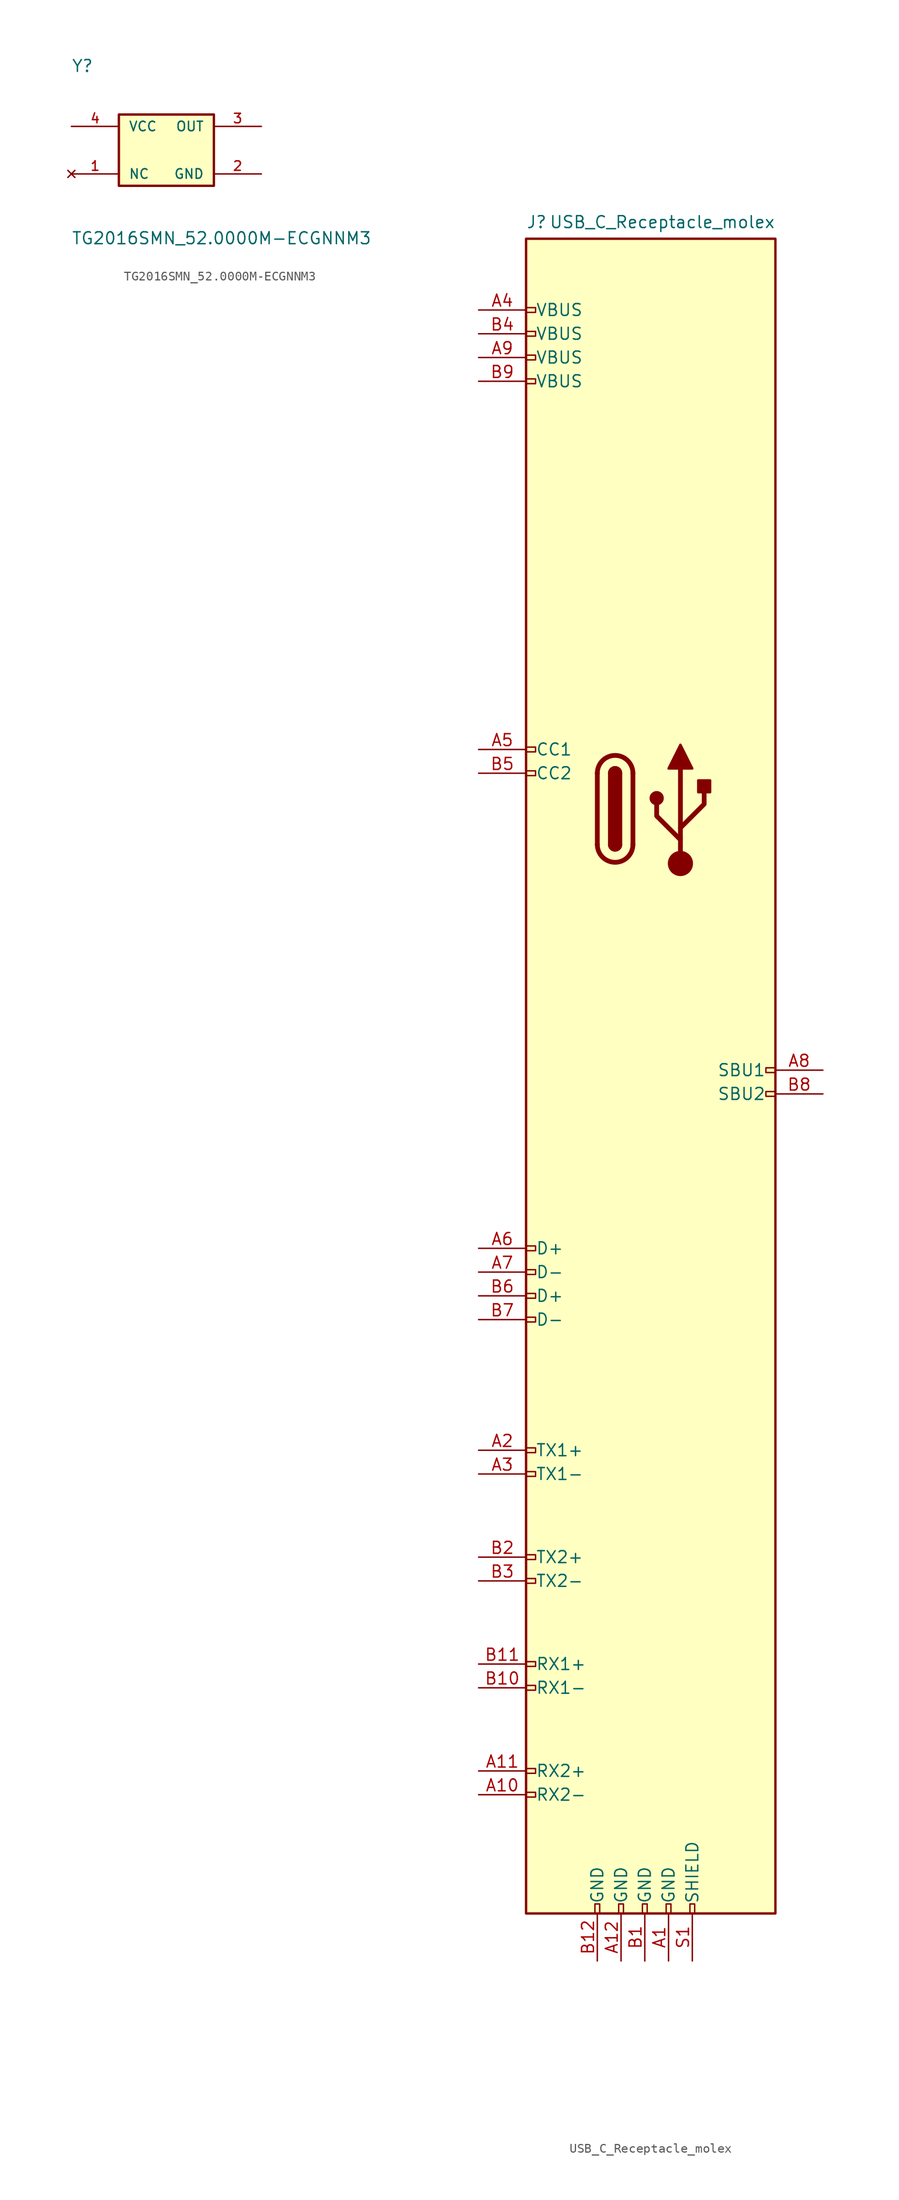
<source format=kicad_sym>
(kicad_symbol_lib
  (version 20241209)
  (generator "kicad_symbol_editor")
  (generator_version "9.0")
  (symbol "TG2016SMN_52.0000M-ECGNNM3"
    (pin_names
      (offset 1.016))
    (property "Reference" "Y"
      (at -10.16 8.255 0)
      (effects (font (size 1.27 1.27)) (justify left bottom)))
    (property "Value" "TG2016SMN_52.0000M-ECGNNM3"
      (at -10.16 -10.16 0)
      (effects (font (size 1.27 1.27)) (justify left bottom)))
    (symbol "TG2016SMN_52.0000M-ECGNNM3_0_0"
      (rectangle (start -5.08 3.81) (end 5.08 -3.81) (stroke (width 0.254) (type default)) (fill (type background)))
      (pin power_in line (at -10.16 2.54 0) (length 5.08) (name "VCC" (effects (font (size 1.016 1.016)))) (number "4" (effects (font (size 1.016 1.016)))))
      (pin no_connect line (at -10.16 -2.54 0) (length 5.08) (name "NC" (effects (font (size 1.016 1.016)))) (number "1" (effects (font (size 1.016 1.016)))))
      (pin output line (at 10.16 2.54 180) (length 5.08) (name "OUT" (effects (font (size 1.016 1.016)))) (number "3" (effects (font (size 1.016 1.016)))))
      (pin power_in line (at 10.16 -2.54 180) (length 5.08) (name "GND" (effects (font (size 1.016 1.016)))) (number "2" (effects (font (size 1.016 1.016)))))))
  (symbol "USB_C_Receptacle_molex"
    (pin_names
      (offset 1.016))
    (property "Reference" "J"
      (at -16.51 62.738 0)
      (effects (font (size 1.27 1.27)) (justify left)))
    (property "Value" "USB_C_Receptacle_molex"
      (at 10.16 62.738 0)
      (effects (font (size 1.27 1.27)) (justify right)))
    (symbol "USB_C_Receptacle_molex_0_0"
      (rectangle (start -16.51 53.594) (end -15.494 53.086) (stroke (width 0) (type default)) (fill (type none)))
      (rectangle (start -16.51 51.054) (end -15.494 50.546) (stroke (width 0) (type default)) (fill (type none)))
      (rectangle (start -16.51 48.514) (end -15.494 48.006) (stroke (width 0) (type default)) (fill (type none)))
      (rectangle (start -16.51 45.974) (end -15.494 45.466) (stroke (width 0) (type default)) (fill (type none)))
      (rectangle (start -16.51 6.604) (end -15.494 6.096) (stroke (width 0) (type default)) (fill (type none)))
      (rectangle (start -16.51 4.064) (end -15.494 3.556) (stroke (width 0) (type default)) (fill (type none)))
      (rectangle (start -16.51 -47.244) (end -15.494 -46.736) (stroke (width 0) (type default)) (fill (type none)))
      (rectangle (start -16.51 -49.784) (end -15.494 -49.276) (stroke (width 0) (type default)) (fill (type none)))
      (rectangle (start -16.51 -52.324) (end -15.494 -51.816) (stroke (width 0) (type default)) (fill (type none)))
      (rectangle (start -16.51 -54.864) (end -15.494 -54.356) (stroke (width 0) (type default)) (fill (type none)))
      (rectangle (start -16.51 -68.834) (end -15.494 -68.326) (stroke (width 0) (type default)) (fill (type none)))
      (rectangle (start -16.51 -71.374) (end -15.494 -70.866) (stroke (width 0) (type default)) (fill (type none)))
      (rectangle (start -16.51 -80.264) (end -15.494 -79.756) (stroke (width 0) (type default)) (fill (type none)))
      (rectangle (start -16.51 -82.804) (end -15.494 -82.296) (stroke (width 0) (type default)) (fill (type none)))
      (rectangle (start -16.51 -91.694) (end -15.494 -91.186) (stroke (width 0) (type default)) (fill (type none)))
      (rectangle (start -16.51 -94.234) (end -15.494 -93.726) (stroke (width 0) (type default)) (fill (type none)))
      (rectangle (start -16.51 -103.124) (end -15.494 -102.616) (stroke (width 0) (type default)) (fill (type none)))
      (rectangle (start -16.51 -105.664) (end -15.494 -105.156) (stroke (width 0) (type default)) (fill (type none)))
      (rectangle (start -8.636 -117.094) (end -9.144 -118.11) (stroke (width 0) (type default)) (fill (type none)))
      (rectangle (start -6.096 -117.094) (end -6.604 -118.11) (stroke (width 0) (type default)) (fill (type none)))
      (rectangle (start -3.556 -117.094) (end -4.064 -118.11) (stroke (width 0) (type default)) (fill (type none)))
      (rectangle (start -1.016 -117.094) (end -1.524 -118.11) (stroke (width 0) (type default)) (fill (type none)))
      (rectangle (start 1.016 -118.11) (end 1.524 -117.094) (stroke (width 0) (type default)) (fill (type none)))
      (rectangle (start 10.16 -27.686) (end 9.144 -28.194) (stroke (width 0) (type default)) (fill (type none)))
      (rectangle (start 10.16 -30.226) (end 9.144 -30.734) (stroke (width 0) (type default)) (fill (type none))))
    (symbol "USB_C_Receptacle_molex_0_1"
      (rectangle (start -16.51 60.96) (end 10.16 -118.11) (stroke (width 0.254) (type default)) (fill (type background)))
      (polyline (pts (xy -8.89 -3.81) (xy -8.89 3.81)) (stroke (width 0.508) (type default)) (fill (type none)))
      (rectangle (start -7.62 -3.81) (end -6.35 3.81) (stroke (width 0.254) (type default)) (fill (type outline)))
      (arc (start -7.62 3.81) (mid -6.985 4.4423) (end -6.35 3.81) (stroke (width 0.254) (type default)) (fill (type none)))
      (arc (start -7.62 3.81) (mid -6.985 4.4423) (end -6.35 3.81) (stroke (width 0.254) (type default)) (fill (type outline)))
      (arc (start -8.89 3.81) (mid -6.985 5.7067) (end -5.08 3.81) (stroke (width 0.508) (type default)) (fill (type none)))
      (arc (start -5.08 -3.81) (mid -6.985 -5.7067) (end -8.89 -3.81) (stroke (width 0.508) (type default)) (fill (type none)))
      (arc (start -6.35 -3.81) (mid -6.985 -4.4423) (end -7.62 -3.81) (stroke (width 0.254) (type default)) (fill (type none)))
      (arc (start -6.35 -3.81) (mid -6.985 -4.4423) (end -7.62 -3.81) (stroke (width 0.254) (type default)) (fill (type outline)))
      (polyline (pts (xy -5.08 3.81) (xy -5.08 -3.81)) (stroke (width 0.508) (type default)) (fill (type none))))
    (symbol "USB_C_Receptacle_molex_1_1"
      (circle (center -2.54 1.143) (radius 0.635) (stroke (width 0.254) (type default)) (fill (type outline)))
      (polyline (pts (xy -1.27 4.318) (xy 0 6.858) (xy 1.27 4.318) (xy -1.27 4.318)) (stroke (width 0.254) (type default)) (fill (type outline)))
      (polyline (pts (xy 0 -2.032) (xy 2.54 0.508) (xy 2.54 1.778)) (stroke (width 0.508) (type default)) (fill (type none)))
      (polyline (pts (xy 0 -3.302) (xy -2.54 -0.762) (xy -2.54 0.508)) (stroke (width 0.508) (type default)) (fill (type none)))
      (polyline (pts (xy 0 -5.842) (xy 0 4.318)) (stroke (width 0.508) (type default)) (fill (type none)))
      (circle (center 0 -5.842) (radius 1.27) (stroke (width 0) (type default)) (fill (type outline)))
      (rectangle (start 1.905 1.778) (end 3.175 3.048) (stroke (width 0.254) (type default)) (fill (type outline)))
      (pin passive line (at -21.59 53.34 0) (length 5.08) (name "VBUS" (effects (font (size 1.27 1.27)))) (number "A4" (effects (font (size 1.27 1.27)))))
      (pin passive line (at -21.59 50.8 0) (length 5.08) (name "VBUS" (effects (font (size 1.27 1.27)))) (number "B4" (effects (font (size 1.27 1.27)))))
      (pin passive line (at -21.59 48.26 0) (length 5.08) (name "VBUS" (effects (font (size 1.27 1.27)))) (number "A9" (effects (font (size 1.27 1.27)))))
      (pin passive line (at -21.59 45.72 0) (length 5.08) (name "VBUS" (effects (font (size 1.27 1.27)))) (number "B9" (effects (font (size 1.27 1.27)))))
      (pin bidirectional line (at -21.59 6.35 0) (length 5.08) (name "CC1" (effects (font (size 1.27 1.27)))) (number "A5" (effects (font (size 1.27 1.27)))))
      (pin bidirectional line (at -21.59 3.81 0) (length 5.08) (name "CC2" (effects (font (size 1.27 1.27)))) (number "B5" (effects (font (size 1.27 1.27)))))
      (pin bidirectional line (at -21.59 -46.99 0) (length 5.08) (name "D+" (effects (font (size 1.27 1.27)))) (number "A6" (effects (font (size 1.27 1.27)))))
      (pin bidirectional line (at -21.59 -49.53 0) (length 5.08) (name "D-" (effects (font (size 1.27 1.27)))) (number "A7" (effects (font (size 1.27 1.27)))))
      (pin bidirectional line (at -21.59 -52.07 0) (length 5.08) (name "D+" (effects (font (size 1.27 1.27)))) (number "B6" (effects (font (size 1.27 1.27)))))
      (pin bidirectional line (at -21.59 -54.61 0) (length 5.08) (name "D-" (effects (font (size 1.27 1.27)))) (number "B7" (effects (font (size 1.27 1.27)))))
      (pin bidirectional line (at -21.59 -68.58 0) (length 5.08) (name "TX1+" (effects (font (size 1.27 1.27)))) (number "A2" (effects (font (size 1.27 1.27)))))
      (pin bidirectional line (at -21.59 -71.12 0) (length 5.08) (name "TX1-" (effects (font (size 1.27 1.27)))) (number "A3" (effects (font (size 1.27 1.27)))))
      (pin bidirectional line (at -21.59 -80.01 0) (length 5.08) (name "TX2+" (effects (font (size 1.27 1.27)))) (number "B2" (effects (font (size 1.27 1.27)))))
      (pin bidirectional line (at -21.59 -82.55 0) (length 5.08) (name "TX2-" (effects (font (size 1.27 1.27)))) (number "B3" (effects (font (size 1.27 1.27)))))
      (pin bidirectional line (at -21.59 -91.44 0) (length 5.08) (name "RX1+" (effects (font (size 1.27 1.27)))) (number "B11" (effects (font (size 1.27 1.27)))))
      (pin bidirectional line (at -21.59 -93.98 0) (length 5.08) (name "RX1-" (effects (font (size 1.27 1.27)))) (number "B10" (effects (font (size 1.27 1.27)))))
      (pin bidirectional line (at -21.59 -102.87 0) (length 5.08) (name "RX2+" (effects (font (size 1.27 1.27)))) (number "A11" (effects (font (size 1.27 1.27)))))
      (pin bidirectional line (at -21.59 -105.41 0) (length 5.08) (name "RX2-" (effects (font (size 1.27 1.27)))) (number "A10" (effects (font (size 1.27 1.27)))))
      (pin passive line (at -8.89 -123.19 90) (length 5.08) (name "GND" (effects (font (size 1.27 1.27)))) (number "B12" (effects (font (size 1.27 1.27)))))
      (pin passive line (at -6.35 -123.19 90) (length 5.08) (name "GND" (effects (font (size 1.27 1.27)))) (number "A12" (effects (font (size 1.27 1.27)))))
      (pin passive line (at -3.81 -123.19 90) (length 5.08) (name "GND" (effects (font (size 1.27 1.27)))) (number "B1" (effects (font (size 1.27 1.27)))))
      (pin passive line (at -1.27 -123.19 90) (length 5.08) (name "GND" (effects (font (size 1.27 1.27)))) (number "A1" (effects (font (size 1.27 1.27)))))
      (pin passive line (at 1.27 -123.19 90) (length 5.08) (name "SHIELD" (effects (font (size 1.27 1.27)))) (number "S1" (effects (font (size 1.27 1.27)))))
      (pin bidirectional line (at 15.24 -27.94 180) (length 5.08) (name "SBU1" (effects (font (size 1.27 1.27)))) (number "A8" (effects (font (size 1.27 1.27)))))
      (pin bidirectional line (at 15.24 -30.48 180) (length 5.08) (name "SBU2" (effects (font (size 1.27 1.27)))) (number "B8" (effects (font (size 1.27 1.27))))))))
</source>
